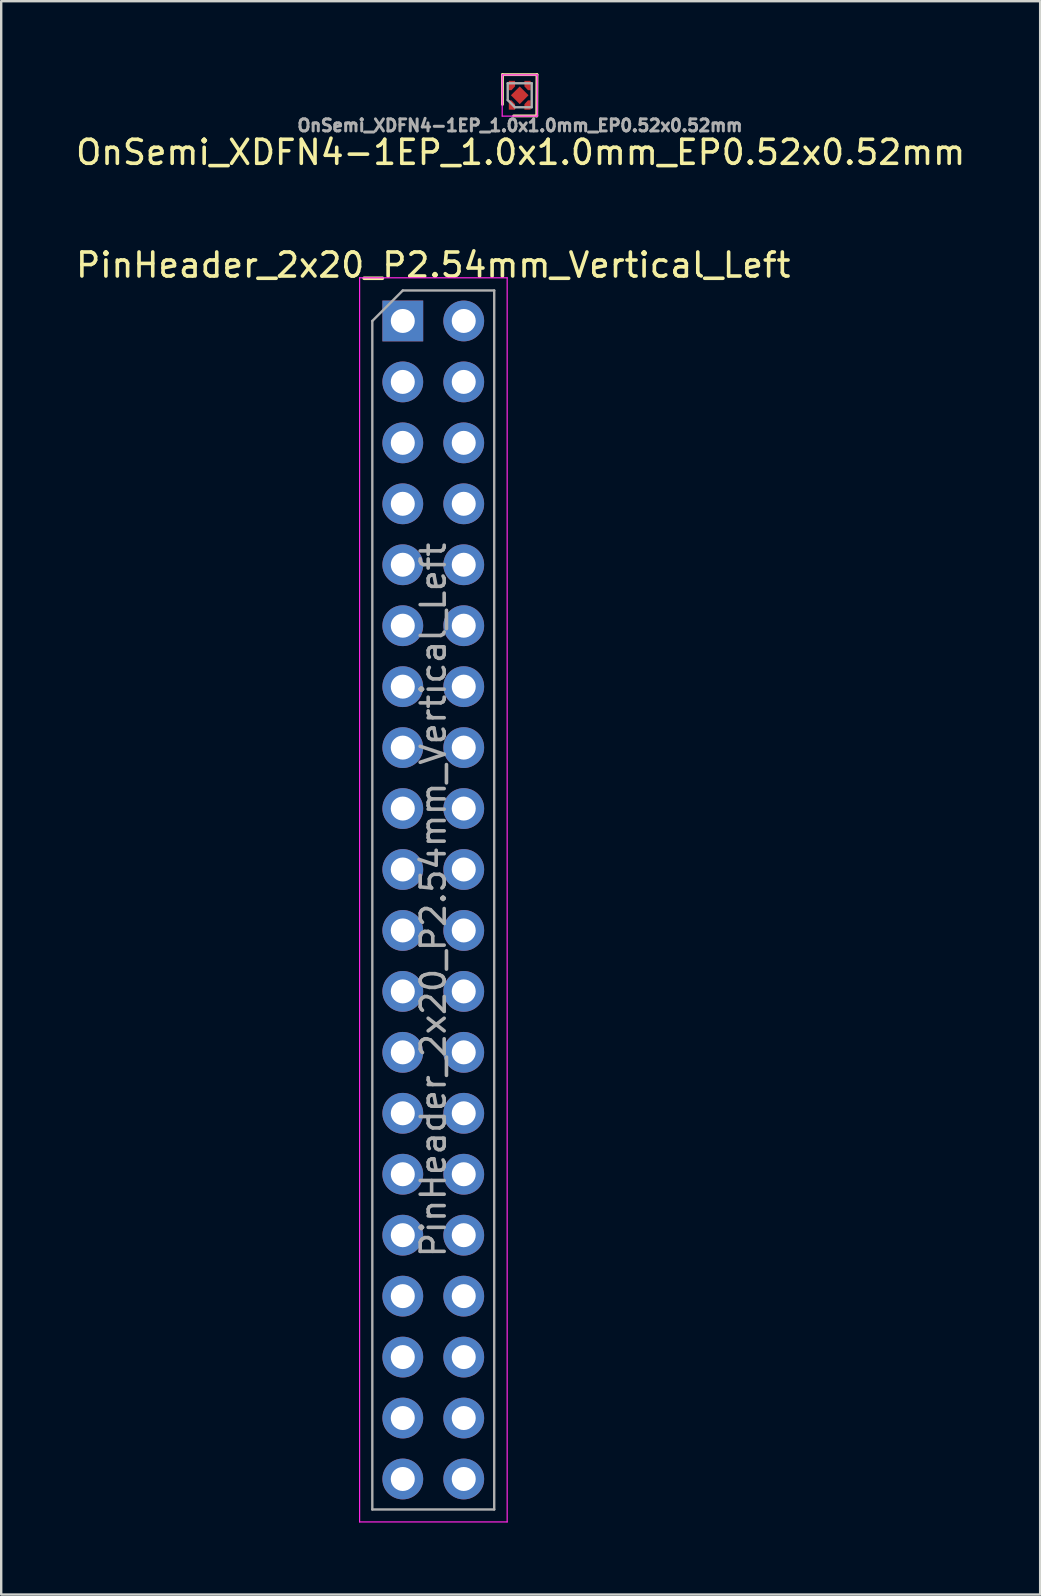
<source format=kicad_pcb>
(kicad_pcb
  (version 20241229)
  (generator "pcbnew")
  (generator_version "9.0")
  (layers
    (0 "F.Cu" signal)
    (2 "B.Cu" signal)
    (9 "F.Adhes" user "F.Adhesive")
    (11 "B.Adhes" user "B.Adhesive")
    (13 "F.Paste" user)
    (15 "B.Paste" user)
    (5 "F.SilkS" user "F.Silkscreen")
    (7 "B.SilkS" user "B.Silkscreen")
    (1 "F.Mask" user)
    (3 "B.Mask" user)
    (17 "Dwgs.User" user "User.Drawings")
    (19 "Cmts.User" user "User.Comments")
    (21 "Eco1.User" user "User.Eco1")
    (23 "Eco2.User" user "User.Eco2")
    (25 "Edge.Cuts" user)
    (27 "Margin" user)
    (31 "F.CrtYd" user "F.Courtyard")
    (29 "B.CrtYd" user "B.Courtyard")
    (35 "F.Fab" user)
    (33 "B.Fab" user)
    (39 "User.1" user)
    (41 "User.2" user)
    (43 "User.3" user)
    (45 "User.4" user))
  (footprint "PinHeader_2x20_P2.54mm_Vertical_Left"
    (layer "F.Cu")
    (at 13.736 10.326)
    (property "Reference" "PinHeader_2x20_P2.54mm_Vertical_Left" (at 1.27 -2.33 0) (layer "F.SilkS") (effects (font (size 1 1) (thickness 0.15))))
    (attr through_hole)
    (fp_line (start -1.8 -1.8) (end -1.8 50.05) (stroke (width 0.05) (type solid)) (layer "F.CrtYd"))
    (fp_line (start -1.8 50.05) (end 4.35 50.05) (stroke (width 0.05) (type solid)) (layer "F.CrtYd"))
    (fp_line (start 4.35 -1.8) (end -1.8 -1.8) (stroke (width 0.05) (type solid)) (layer "F.CrtYd"))
    (fp_line (start 4.35 50.05) (end 4.35 -1.8) (stroke (width 0.05) (type solid)) (layer "F.CrtYd"))
    (fp_line (start -1.27 0) (end 0 -1.27) (stroke (width 0.1) (type solid)) (layer "F.Fab"))
    (fp_line (start -1.27 49.53) (end -1.27 0) (stroke (width 0.1) (type solid)) (layer "F.Fab"))
    (fp_line (start 0 -1.27) (end 3.81 -1.27) (stroke (width 0.1) (type solid)) (layer "F.Fab"))
    (fp_line (start 3.81 -1.27) (end 3.81 49.53) (stroke (width 0.1) (type solid)) (layer "F.Fab"))
    (fp_line (start 3.81 49.53) (end -1.27 49.53) (stroke (width 0.1) (type solid)) (layer "F.Fab"))
    (fp_text user "${REFERENCE}" (at 1.27 24.13 90) (layer "F.Fab") (effects (font (size 1 1) (thickness 0.15))))
    (pad "1" thru_hole rect (at 0 0) (size 1.7 1.7) (drill 1) (layers "*.Cu" "*.Mask"))
    (pad "2" thru_hole oval (at 2.54 0) (size 1.7 1.7) (drill 1) (layers "*.Cu" "*.Mask"))
    (pad "3" thru_hole oval (at 0 2.54) (size 1.7 1.7) (drill 1) (layers "*.Cu" "*.Mask"))
    (pad "4" thru_hole oval (at 2.54 2.54) (size 1.7 1.7) (drill 1) (layers "*.Cu" "*.Mask"))
    (pad "5" thru_hole oval (at 0 5.08) (size 1.7 1.7) (drill 1) (layers "*.Cu" "*.Mask"))
    (pad "6" thru_hole oval (at 2.54 5.08) (size 1.7 1.7) (drill 1) (layers "*.Cu" "*.Mask"))
    (pad "7" thru_hole oval (at 0 7.62) (size 1.7 1.7) (drill 1) (layers "*.Cu" "*.Mask"))
    (pad "8" thru_hole oval (at 2.54 7.62) (size 1.7 1.7) (drill 1) (layers "*.Cu" "*.Mask"))
    (pad "9" thru_hole oval (at 0 10.16) (size 1.7 1.7) (drill 1) (layers "*.Cu" "*.Mask"))
    (pad "10" thru_hole oval (at 2.54 10.16) (size 1.7 1.7) (drill 1) (layers "*.Cu" "*.Mask"))
    (pad "11" thru_hole oval (at 0 12.7) (size 1.7 1.7) (drill 1) (layers "*.Cu" "*.Mask"))
    (pad "12" thru_hole oval (at 2.54 12.7) (size 1.7 1.7) (drill 1) (layers "*.Cu" "*.Mask"))
    (pad "13" thru_hole oval (at 0 15.24) (size 1.7 1.7) (drill 1) (layers "*.Cu" "*.Mask"))
    (pad "14" thru_hole oval (at 2.54 15.24) (size 1.7 1.7) (drill 1) (layers "*.Cu" "*.Mask"))
    (pad "15" thru_hole oval (at 0 17.78) (size 1.7 1.7) (drill 1) (layers "*.Cu" "*.Mask"))
    (pad "16" thru_hole oval (at 2.54 17.78) (size 1.7 1.7) (drill 1) (layers "*.Cu" "*.Mask"))
    (pad "17" thru_hole oval (at 0 20.32) (size 1.7 1.7) (drill 1) (layers "*.Cu" "*.Mask"))
    (pad "18" thru_hole oval (at 2.54 20.32) (size 1.7 1.7) (drill 1) (layers "*.Cu" "*.Mask"))
    (pad "19" thru_hole oval (at 0 22.86) (size 1.7 1.7) (drill 1) (layers "*.Cu" "*.Mask"))
    (pad "20" thru_hole oval (at 2.54 22.86) (size 1.7 1.7) (drill 1) (layers "*.Cu" "*.Mask"))
    (pad "21" thru_hole oval (at 0 25.4) (size 1.7 1.7) (drill 1) (layers "*.Cu" "*.Mask"))
    (pad "22" thru_hole oval (at 2.54 25.4) (size 1.7 1.7) (drill 1) (layers "*.Cu" "*.Mask"))
    (pad "23" thru_hole oval (at 0 27.94) (size 1.7 1.7) (drill 1) (layers "*.Cu" "*.Mask"))
    (pad "24" thru_hole oval (at 2.54 27.94) (size 1.7 1.7) (drill 1) (layers "*.Cu" "*.Mask"))
    (pad "25" thru_hole oval (at 0 30.48) (size 1.7 1.7) (drill 1) (layers "*.Cu" "*.Mask"))
    (pad "26" thru_hole oval (at 2.54 30.48) (size 1.7 1.7) (drill 1) (layers "*.Cu" "*.Mask"))
    (pad "27" thru_hole oval (at 0 33.02) (size 1.7 1.7) (drill 1) (layers "*.Cu" "*.Mask"))
    (pad "28" thru_hole oval (at 2.54 33.02) (size 1.7 1.7) (drill 1) (layers "*.Cu" "*.Mask"))
    (pad "29" thru_hole oval (at 0 35.56) (size 1.7 1.7) (drill 1) (layers "*.Cu" "*.Mask"))
    (pad "30" thru_hole oval (at 2.54 35.56) (size 1.7 1.7) (drill 1) (layers "*.Cu" "*.Mask"))
    (pad "31" thru_hole oval (at 0 38.1) (size 1.7 1.7) (drill 1) (layers "*.Cu" "*.Mask"))
    (pad "32" thru_hole oval (at 2.54 38.1) (size 1.7 1.7) (drill 1) (layers "*.Cu" "*.Mask"))
    (pad "33" thru_hole oval (at 0 40.64) (size 1.7 1.7) (drill 1) (layers "*.Cu" "*.Mask"))
    (pad "34" thru_hole oval (at 2.54 40.64) (size 1.7 1.7) (drill 1) (layers "*.Cu" "*.Mask"))
    (pad "35" thru_hole oval (at 0 43.18) (size 1.7 1.7) (drill 1) (layers "*.Cu" "*.Mask"))
    (pad "36" thru_hole oval (at 2.54 43.18) (size 1.7 1.7) (drill 1) (layers "*.Cu" "*.Mask"))
    (pad "37" thru_hole oval (at 0 45.72) (size 1.7 1.7) (drill 1) (layers "*.Cu" "*.Mask"))
    (pad "38" thru_hole oval (at 2.54 45.72) (size 1.7 1.7) (drill 1) (layers "*.Cu" "*.Mask"))
    (pad "39" thru_hole oval (at 0 48.26) (size 1.7 1.7) (drill 1) (layers "*.Cu" "*.Mask"))
    (pad "40" thru_hole oval (at 2.54 48.26) (size 1.7 1.7) (drill 1) (layers "*.Cu" "*.Mask")))
  (footprint "OnSemi_XDFN4-1EP_1.0x1.0mm_EP0.52x0.52mm"
    (layer "F.Cu")
    (at 18.609 0.92)
    (property "Reference" "OnSemi_XDFN4-1EP_1.0x1.0mm_EP0.52x0.52mm" (at 0.04 2.38 0) (layer "F.SilkS") (effects (font (size 1 1) (thickness 0.15))))
    (attr smd)
    (fp_line (start -0.72 -0.86) (end -0.72 0.381) (stroke (width 0.12) (type solid)) (layer "F.SilkS"))
    (fp_line (start -0.254 0.86) (end 0.711 0.86) (stroke (width 0.12) (type solid)) (layer "F.SilkS"))
    (fp_line (start 0.711 0.86) (end 0.72 -0.86) (stroke (width 0.12) (type solid)) (layer "F.SilkS"))
    (fp_line (start 0.72 -0.86) (end -0.72 -0.86) (stroke (width 0.12) (type solid)) (layer "F.SilkS"))
    (fp_line (start -0.73 -0.85) (end 0.73 -0.85) (stroke (width 0.05) (type solid)) (layer "F.CrtYd"))
    (fp_line (start -0.73 0.87) (end -0.73 -0.85) (stroke (width 0.05) (type solid)) (layer "F.CrtYd"))
    (fp_line (start 0.73 -0.85) (end 0.73 0.87) (stroke (width 0.05) (type solid)) (layer "F.CrtYd"))
    (fp_line (start 0.73 0.87) (end -0.73 0.87) (stroke (width 0.05) (type solid)) (layer "F.CrtYd"))
    (fp_line (start -0.5 -0.5) (end 0.5 -0.5) (stroke (width 0.1) (type solid)) (layer "F.Fab"))
    (fp_line (start -0.5 0.2) (end -0.5 -0.5) (stroke (width 0.1) (type solid)) (layer "F.Fab"))
    (fp_line (start -0.2 0.5) (end -0.5 0.2) (stroke (width 0.1) (type solid)) (layer "F.Fab"))
    (fp_line (start 0.5 -0.5) (end 0.5 0.5) (stroke (width 0.1) (type solid)) (layer "F.Fab"))
    (fp_line (start 0.5 0.5) (end -0.2 0.5) (stroke (width 0.1) (type solid)) (layer "F.Fab"))
    (fp_text user "${REFERENCE}" (at 0.01 1.26 0) (layer "F.Fab") (effects (font (size 0.5 0.5) (thickness 0.125))))
    (pad "1" smd custom (at -0.325 0.485) (size 0.26 0.23) (layers "F.Cu" "F.Mask" "F.Paste") (options (anchor rect)) (primitives (gr_poly (pts (xy 0.13 -0.115) (xy -0.13 -0.115) (xy -0.13 -0.275) (xy -0.02 -0.275)) (width 0) (fill yes))))
    (pad "2" smd custom (at 0.325 0.485) (size 0.26 0.23) (layers "F.Cu" "F.Mask" "F.Paste") (options (anchor rect)) (primitives (gr_poly (pts (xy 0.13 -0.115) (xy -0.13 -0.115) (xy 0.02 -0.275) (xy 0.13 -0.275)) (width 0) (fill yes))))
    (pad "3" smd custom (at 0.325 -0.485 180) (size 0.26 0.23) (layers "F.Cu" "F.Mask" "F.Paste") (options (anchor rect)) (primitives (gr_poly (pts (xy 0.13 -0.115) (xy -0.13 -0.115) (xy -0.13 -0.275) (xy -0.02 -0.275)) (width 0) (fill yes))))
    (pad "4" smd custom (at -0.325 -0.485 180) (size 0.26 0.23) (layers "F.Cu" "F.Mask" "F.Paste") (options (anchor rect)) (primitives (gr_poly (pts (xy 0.13 -0.115) (xy -0.13 -0.115) (xy 0.02 -0.275) (xy 0.13 -0.275)) (width 0) (fill yes))))
    (pad "5" smd rect (at 0 0 225) (size 0.52 0.52) (layers "F.Cu" "F.Mask" "F.Paste")))
  (gr_rect
    (start -3 -3)
    (end 40.298 63.401)
    (stroke (width 0.1) (type default))
    (fill no)
    (layer "Edge.Cuts")))
</source>
